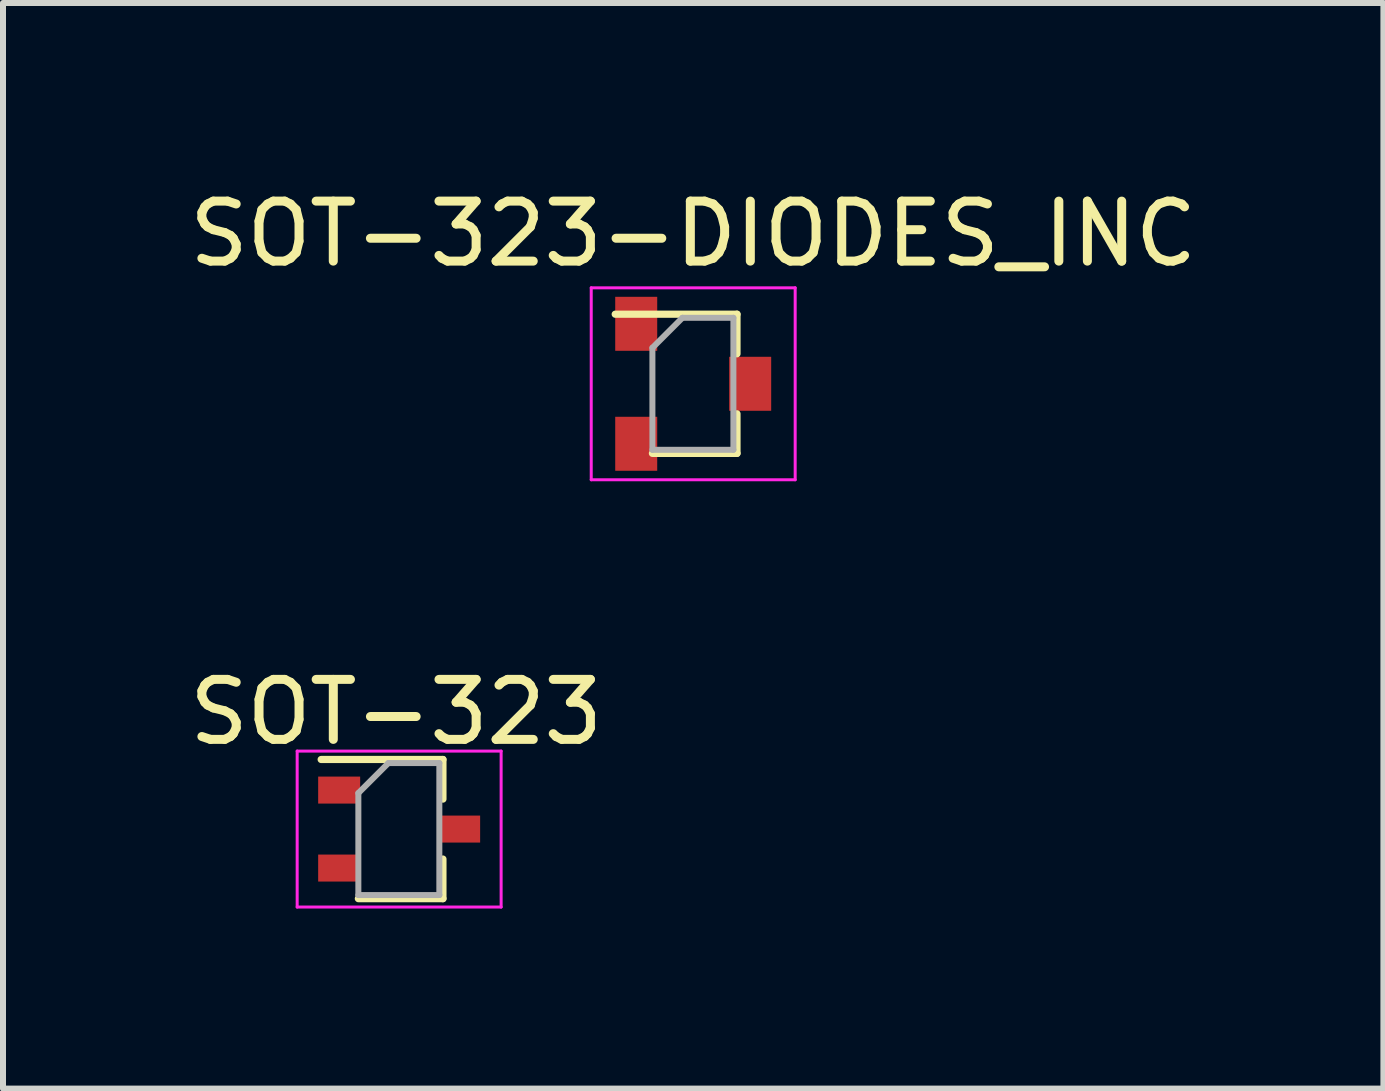
<source format=kicad_pcb>
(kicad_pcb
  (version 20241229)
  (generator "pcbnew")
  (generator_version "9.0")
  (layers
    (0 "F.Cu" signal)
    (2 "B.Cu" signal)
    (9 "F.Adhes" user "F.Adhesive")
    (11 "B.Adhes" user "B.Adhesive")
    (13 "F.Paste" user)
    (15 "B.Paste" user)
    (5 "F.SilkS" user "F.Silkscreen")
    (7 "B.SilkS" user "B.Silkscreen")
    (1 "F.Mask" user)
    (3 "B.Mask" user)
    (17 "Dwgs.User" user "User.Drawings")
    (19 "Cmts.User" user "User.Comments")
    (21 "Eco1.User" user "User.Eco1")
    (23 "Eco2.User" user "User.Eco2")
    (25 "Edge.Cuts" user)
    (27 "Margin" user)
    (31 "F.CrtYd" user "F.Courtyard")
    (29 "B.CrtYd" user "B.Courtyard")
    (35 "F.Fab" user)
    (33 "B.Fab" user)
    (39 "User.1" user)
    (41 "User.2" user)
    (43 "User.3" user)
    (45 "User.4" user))
  (footprint "SOT-323"
    (layer "F.Cu")
    (at 3.604 10.771)
    (property "Reference" "SOT-323" (at -0.05 -1.95 0) (layer "F.SilkS") (effects (font (size 1 1) (thickness 0.15))))
    (attr smd)
    (fp_line (start -0.68 1.16) (end 0.73 1.16) (stroke (width 0.12) (type solid)) (layer "F.SilkS"))
    (fp_line (start 0.73 -1.16) (end -1.3 -1.16) (stroke (width 0.12) (type solid)) (layer "F.SilkS"))
    (fp_line (start 0.73 -1.16) (end 0.73 -0.5) (stroke (width 0.12) (type solid)) (layer "F.SilkS"))
    (fp_line (start 0.73 0.5) (end 0.73 1.16) (stroke (width 0.12) (type solid)) (layer "F.SilkS"))
    (fp_line (start -1.7 -1.3) (end 1.7 -1.3) (stroke (width 0.05) (type solid)) (layer "F.CrtYd"))
    (fp_line (start -1.7 1.3) (end -1.7 -1.3) (stroke (width 0.05) (type solid)) (layer "F.CrtYd"))
    (fp_line (start 1.7 -1.3) (end 1.7 1.3) (stroke (width 0.05) (type solid)) (layer "F.CrtYd"))
    (fp_line (start 1.7 1.3) (end -1.7 1.3) (stroke (width 0.05) (type solid)) (layer "F.CrtYd"))
    (fp_line (start -0.68 -0.6) (end -0.68 1.1) (stroke (width 0.1) (type solid)) (layer "F.Fab"))
    (fp_line (start -0.18 -1.1) (end -0.68 -0.6) (stroke (width 0.1) (type solid)) (layer "F.Fab"))
    (fp_line (start 0.67 -1.1) (end -0.18 -1.1) (stroke (width 0.1) (type solid)) (layer "F.Fab"))
    (fp_line (start 0.67 -1.1) (end 0.67 1.1) (stroke (width 0.1) (type solid)) (layer "F.Fab"))
    (fp_line (start 0.67 1.1) (end -0.68 1.1) (stroke (width 0.1) (type solid)) (layer "F.Fab"))
    (pad "1" smd rect (at -1 -0.65 270) (size 0.45 0.7) (layers "F.Cu" "F.Mask" "F.Paste"))
    (pad "2" smd rect (at -1 0.65 270) (size 0.45 0.7) (layers "F.Cu" "F.Mask" "F.Paste"))
    (pad "3" smd rect (at 1 0 270) (size 0.45 0.7) (layers "F.Cu" "F.Mask" "F.Paste")))
  (footprint "SOT-323-DIODES_INC"
    (layer "F.Cu")
    (at 8.506 3.348)
    (property "Reference" "SOT-323-DIODES_INC" (at 0 -2.5 0) (layer "F.SilkS") (effects (font (size 1 1) (thickness 0.15))))
    (attr smd)
    (fp_line (start -0.68 1.16) (end 0.73 1.16) (stroke (width 0.12) (type solid)) (layer "F.SilkS"))
    (fp_line (start 0.73 -1.16) (end -1.3 -1.16) (stroke (width 0.12) (type solid)) (layer "F.SilkS"))
    (fp_line (start 0.73 -1.16) (end 0.73 -0.5) (stroke (width 0.12) (type solid)) (layer "F.SilkS"))
    (fp_line (start 0.73 0.5) (end 0.73 1.16) (stroke (width 0.12) (type solid)) (layer "F.SilkS"))
    (fp_line (start -1.7 -1.6) (end 1.7 -1.6) (stroke (width 0.05) (type solid)) (layer "F.CrtYd"))
    (fp_line (start -1.7 1.6) (end -1.7 -1.6) (stroke (width 0.05) (type solid)) (layer "F.CrtYd"))
    (fp_line (start 1.7 -1.6) (end 1.7 1.6) (stroke (width 0.05) (type solid)) (layer "F.CrtYd"))
    (fp_line (start 1.7 1.6) (end -1.7 1.6) (stroke (width 0.05) (type solid)) (layer "F.CrtYd"))
    (fp_line (start -0.68 -0.6) (end -0.68 1.1) (stroke (width 0.1) (type solid)) (layer "F.Fab"))
    (fp_line (start -0.18 -1.1) (end -0.68 -0.6) (stroke (width 0.1) (type solid)) (layer "F.Fab"))
    (fp_line (start 0.67 -1.1) (end -0.18 -1.1) (stroke (width 0.1) (type solid)) (layer "F.Fab"))
    (fp_line (start 0.67 -1.1) (end 0.67 1.1) (stroke (width 0.1) (type solid)) (layer "F.Fab"))
    (fp_line (start 0.67 1.1) (end -0.68 1.1) (stroke (width 0.1) (type solid)) (layer "F.Fab"))
    (pad "1" smd rect (at -0.95 1 270) (size 0.9 0.7) (layers "F.Cu" "F.Mask" "F.Paste"))
    (pad "2" smd rect (at 0.95 0 270) (size 0.9 0.7) (layers "F.Cu" "F.Mask" "F.Paste"))
    (pad "3" smd rect (at -0.95 -1 270) (size 0.9 0.7) (layers "F.Cu" "F.Mask" "F.Paste")))
  (gr_rect
    (start -3 -3)
    (end 20.012 15.097)
    (stroke (width 0.1) (type default))
    (fill no)
    (layer "Edge.Cuts")))
</source>
